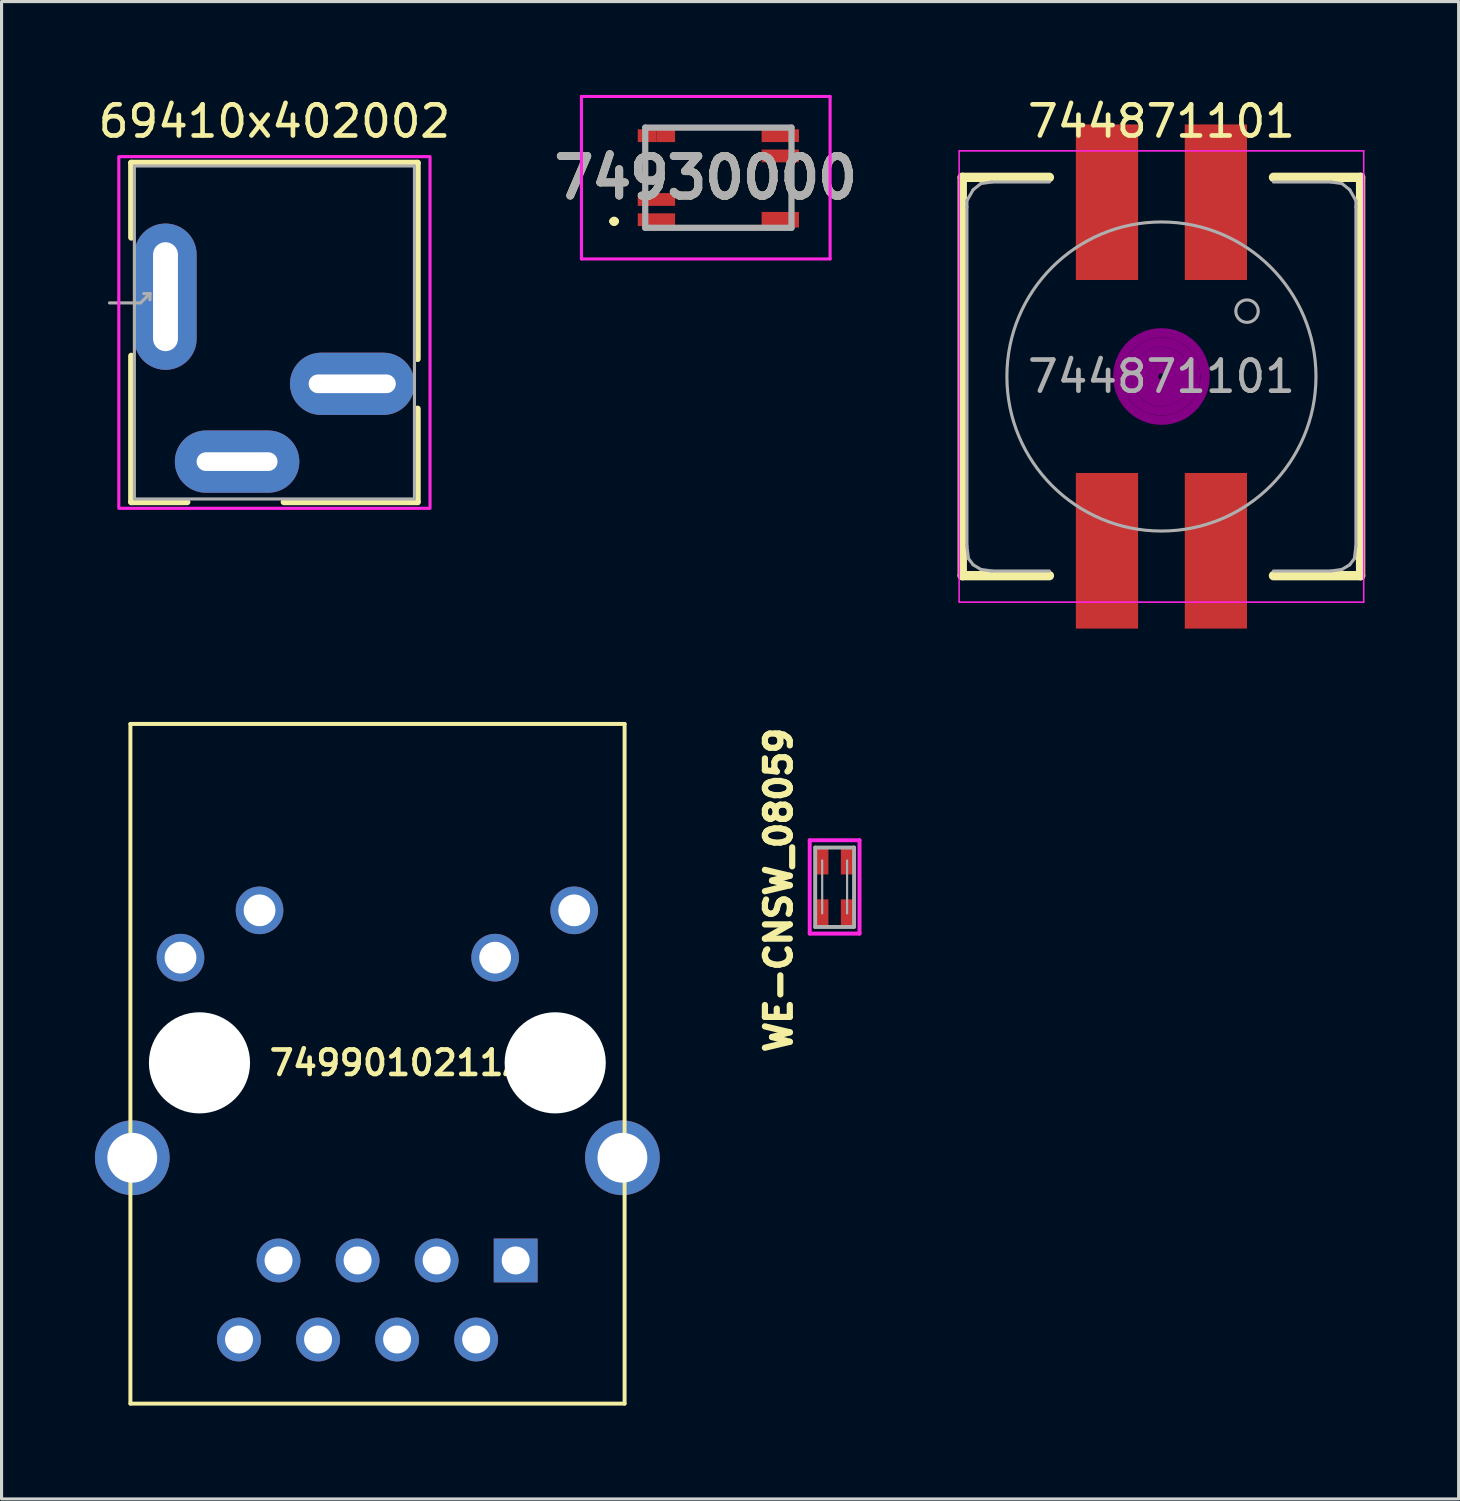
<source format=kicad_pcb>
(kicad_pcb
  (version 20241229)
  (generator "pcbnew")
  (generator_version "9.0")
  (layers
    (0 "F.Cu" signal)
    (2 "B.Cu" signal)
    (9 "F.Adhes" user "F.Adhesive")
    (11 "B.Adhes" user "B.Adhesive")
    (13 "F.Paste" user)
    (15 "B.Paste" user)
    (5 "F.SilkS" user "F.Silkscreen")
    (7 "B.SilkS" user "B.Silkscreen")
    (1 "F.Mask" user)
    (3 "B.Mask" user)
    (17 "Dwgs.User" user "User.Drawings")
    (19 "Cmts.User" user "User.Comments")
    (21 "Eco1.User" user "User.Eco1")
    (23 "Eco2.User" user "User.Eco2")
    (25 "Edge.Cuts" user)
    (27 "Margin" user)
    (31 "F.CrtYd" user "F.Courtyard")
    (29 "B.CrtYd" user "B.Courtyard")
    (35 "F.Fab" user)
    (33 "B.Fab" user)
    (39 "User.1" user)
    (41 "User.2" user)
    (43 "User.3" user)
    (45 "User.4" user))
  (footprint "744871101"
    (layer "F.Cu")
    (at 34.27 9.048)
    (property "Reference" "744871101" (at 0 -8.2 0) (layer "F.SilkS") (effects (font (size 1 1) (thickness 0.15))))
    (attr smd)
    (fp_line (start -6.4 -6.4) (end -3.6 -6.4) (stroke (width 0.3) (type solid)) (layer "F.SilkS"))
    (fp_line (start -6.4 6.4) (end -6.4 -6.4) (stroke (width 0.3) (type solid)) (layer "F.SilkS"))
    (fp_line (start -3.6 6.4) (end -6.4 6.4) (stroke (width 0.3) (type solid)) (layer "F.SilkS"))
    (fp_line (start 3.6 -6.4) (end 6.4 -6.4) (stroke (width 0.3) (type solid)) (layer "F.SilkS"))
    (fp_line (start 6.4 -6.4) (end 6.4 6.4) (stroke (width 0.3) (type solid)) (layer "F.SilkS"))
    (fp_line (start 6.4 6.4) (end 3.6 6.4) (stroke (width 0.3) (type solid)) (layer "F.SilkS"))
    (fp_circle (center 0 0) (end 0.1 0) (stroke (width 0.3) (type solid)) (fill no) (layer "F.Adhes"))
    (fp_circle (center 0 0) (end 0.3 0.1) (stroke (width 0.3) (type solid)) (fill no) (layer "F.Adhes"))
    (fp_circle (center 0 0) (end 0.6 0) (stroke (width 0.3) (type solid)) (fill no) (layer "F.Adhes"))
    (fp_circle (center 0 0) (end 0.8 -0.1) (stroke (width 0.3) (type solid)) (fill no) (layer "F.Adhes"))
    (fp_circle (center 0 0) (end 1.1 -0.1) (stroke (width 0.3) (type solid)) (fill no) (layer "F.Adhes"))
    (fp_circle (center 0 0) (end 1.4 -0.1) (stroke (width 0.3) (type solid)) (fill no) (layer "F.Adhes"))
    (fp_line (start -6.5 -7.25) (end 6.5 -7.25) (stroke (width 0.05) (type solid)) (layer "F.CrtYd"))
    (fp_line (start -6.5 7.25) (end -6.5 -7.25) (stroke (width 0.05) (type solid)) (layer "F.CrtYd"))
    (fp_line (start 6.5 -7.25) (end 6.5 7.25) (stroke (width 0.05) (type solid)) (layer "F.CrtYd"))
    (fp_line (start 6.5 7.25) (end -6.5 7.25) (stroke (width 0.05) (type solid)) (layer "F.CrtYd"))
    (fp_line (start -6.25 -5.65) (end -6.25 -5.45) (stroke (width 0.1) (type solid)) (layer "F.Fab"))
    (fp_line (start -6.25 -5.45) (end -6.25 5.45) (stroke (width 0.1) (type solid)) (layer "F.Fab"))
    (fp_line (start -6.2 5.85) (end -6.25 5.45) (stroke (width 0.1) (type solid)) (layer "F.Fab"))
    (fp_line (start -6.05 -6) (end -6.25 -5.65) (stroke (width 0.1) (type solid)) (layer "F.Fab"))
    (fp_line (start -6.05 6.05) (end -6.2 5.85) (stroke (width 0.1) (type solid)) (layer "F.Fab"))
    (fp_line (start -5.8 -6.2) (end -6.05 -6) (stroke (width 0.1) (type solid)) (layer "F.Fab"))
    (fp_line (start -5.8 6.2) (end -6.05 6.05) (stroke (width 0.1) (type solid)) (layer "F.Fab"))
    (fp_line (start -5.45 -6.25) (end -5.8 -6.2) (stroke (width 0.1) (type solid)) (layer "F.Fab"))
    (fp_line (start -5.45 6.25) (end -5.8 6.2) (stroke (width 0.1) (type solid)) (layer "F.Fab"))
    (fp_line (start -3.6 -6.25) (end -5.45 -6.25) (stroke (width 0.1) (type solid)) (layer "F.Fab"))
    (fp_line (start -3.6 6.25) (end -5.45 6.25) (stroke (width 0.1) (type solid)) (layer "F.Fab"))
    (fp_line (start 3.6 -6.25) (end 5.45 -6.25) (stroke (width 0.1) (type solid)) (layer "F.Fab"))
    (fp_line (start 3.6 6.25) (end 5.45 6.25) (stroke (width 0.1) (type solid)) (layer "F.Fab"))
    (fp_line (start 5.45 -6.25) (end 5.8 -6.2) (stroke (width 0.1) (type solid)) (layer "F.Fab"))
    (fp_line (start 5.45 6.25) (end 5.8 6.2) (stroke (width 0.1) (type solid)) (layer "F.Fab"))
    (fp_line (start 5.8 -6.2) (end 6.05 -6) (stroke (width 0.1) (type solid)) (layer "F.Fab"))
    (fp_line (start 5.8 6.2) (end 6.05 6.05) (stroke (width 0.1) (type solid)) (layer "F.Fab"))
    (fp_line (start 6.05 -6) (end 6.25 -5.65) (stroke (width 0.1) (type solid)) (layer "F.Fab"))
    (fp_line (start 6.05 6.05) (end 6.2 5.85) (stroke (width 0.1) (type solid)) (layer "F.Fab"))
    (fp_line (start 6.2 5.85) (end 6.25 5.45) (stroke (width 0.1) (type solid)) (layer "F.Fab"))
    (fp_line (start 6.25 -5.65) (end 6.25 -5.45) (stroke (width 0.1) (type solid)) (layer "F.Fab"))
    (fp_line (start 6.25 -5.45) (end 6.25 5.45) (stroke (width 0.1) (type solid)) (layer "F.Fab"))
    (fp_circle (center 0 0) (end 2.1 4.5) (stroke (width 0.1) (type solid)) (fill no) (layer "F.Fab"))
    (fp_circle (center 2.75 -2.1) (end 3.05 -1.9) (stroke (width 0.1) (type solid)) (fill no) (layer "F.Fab"))
    (fp_text user "${REFERENCE}" (at 0 0 0) (layer "F.Fab") (effects (font (size 1 1) (thickness 0.15))))
    (pad "1" smd rect (at -1.75 -5.6) (size 2 5) (layers "F.Cu" "F.Mask" "F.Paste"))
    (pad "2" smd rect (at 1.75 -5.6) (size 2 5) (layers "F.Cu" "F.Mask" "F.Paste"))
    (pad "3" smd rect (at 1.75 5.6) (size 2 5) (layers "F.Cu" "F.Mask" "F.Paste"))
    (pad "4" smd rect (at -1.75 5.6) (size 2 5) (layers "F.Cu" "F.Mask" "F.Paste")))
  (footprint "WE-CNSW_08059"
    (layer "F.Cu")
    (at 23.769 25.449)
    (property "Reference" "WE-CNSW_08059" (at -1.8 0.1 90) (layer "F.SilkS") (effects (font (size 0.8 0.8) (thickness 0.2) (bold yes))))
    (attr smd)
    (fp_line (start -0.8 -1.5) (end -0.8 1.5) (stroke (width 0.127) (type solid)) (layer "F.CrtYd"))
    (fp_line (start -0.8 1.5) (end 0.8 1.5) (stroke (width 0.127) (type solid)) (layer "F.CrtYd"))
    (fp_line (start 0.8 -1.5) (end -0.8 -1.5) (stroke (width 0.127) (type solid)) (layer "F.CrtYd"))
    (fp_line (start 0.8 1.5) (end 0.8 -1.5) (stroke (width 0.127) (type solid)) (layer "F.CrtYd"))
    (fp_line (start -0.625 -1.264) (end 0.625 -1.264) (stroke (width 0.127) (type solid)) (layer "F.Fab"))
    (fp_line (start -0.625 1.287) (end -0.625 -1.264) (stroke (width 0.127) (type solid)) (layer "F.Fab"))
    (fp_line (start -0.4 -0.85) (end -0.4 0.85) (stroke (width 0.07) (type solid)) (layer "F.Fab"))
    (fp_line (start 0.4 -0.85) (end 0.4 0.85) (stroke (width 0.07) (type solid)) (layer "F.Fab"))
    (fp_line (start 0.62 1.287) (end -0.625 1.287) (stroke (width 0.127) (type solid)) (layer "F.Fab"))
    (fp_line (start 0.625 -1.264) (end 0.625 1.283) (stroke (width 0.127) (type solid)) (layer "F.Fab"))
    (pad "1" smd rect (at -0.4 0.85) (size 0.4 0.9) (layers "F.Cu" "F.Mask" "F.Paste"))
    (pad "2" smd rect (at -0.4 -0.85) (size 0.4 0.9) (layers "F.Cu" "F.Mask" "F.Paste"))
    (pad "3" smd rect (at 0.4 -0.85) (size 0.4 0.9) (layers "F.Cu" "F.Mask" "F.Paste"))
    (pad "4" smd rect (at 0.4 0.85) (size 0.4 0.9) (layers "F.Cu" "F.Mask" "F.Paste"))
    (zone (net_name "") (layer "F.Cu") (hatch edge 0.5) (connect_pads) (min_thickness 0.25) (filled_areas_thickness no) (keepout (tracks allowed) (vias allowed) (pads allowed) (copperpour not_allowed) (footprints allowed)) (placement (enabled no)) (fill) (polygon (pts (xy 23.169 25.149) (xy 24.369 25.149) (xy 24.369 25.749) (xy 23.169 25.749))))
    (zone (net_name "") (layer "In1.Cu") (hatch edge 0.5) (connect_pads) (min_thickness 0.25) (filled_areas_thickness no) (keepout (tracks not_allowed) (vias not_allowed) (pads not_allowed) (copperpour not_allowed) (footprints not_allowed)) (placement (enabled no)) (fill) (polygon (pts (xy 23.069 24.049) (xy 24.469 24.049) (xy 24.469 26.849) (xy 23.069 26.849)))))
  (footprint "69410x402002"
    (layer "F.Cu")
    (at 5.768 6.483)
    (property "Reference" "69410x402002" (at 0 -5.635 0) (layer "F.SilkS") (effects (font (size 1 1) (thickness 0.15))))
    (attr through_hole)
    (fp_line (start -4.6 -4.3) (end 4.6 -4.3) (stroke (width 0.2) (type solid)) (layer "F.SilkS"))
    (fp_line (start -4.6 -1.9) (end -4.6 -4.3) (stroke (width 0.2) (type solid)) (layer "F.SilkS"))
    (fp_line (start -4.6 1.9) (end -4.6 6.6) (stroke (width 0.2) (type solid)) (layer "F.SilkS"))
    (fp_line (start -4.6 6.6) (end -2.8 6.6) (stroke (width 0.2) (type solid)) (layer "F.SilkS"))
    (fp_line (start 0.3 6.6) (end 4.6 6.6) (stroke (width 0.2) (type solid)) (layer "F.SilkS"))
    (fp_line (start 4.6 -4.3) (end 4.6 2) (stroke (width 0.2) (type solid)) (layer "F.SilkS"))
    (fp_line (start 4.6 6.6) (end 4.6 3.6) (stroke (width 0.2) (type solid)) (layer "F.SilkS"))
    (fp_poly (pts (xy -5 -4.5) (xy 5 -4.5) (xy 5 6.8) (xy -5 6.8)) (stroke (width 0.1) (type solid)) (fill no) (layer "F.CrtYd"))
    (fp_line (start -5.3 0.2) (end -4.3 0.2) (stroke (width 0.1) (type solid)) (layer "F.Fab"))
    (fp_line (start -4.5 -4.2) (end 4.5 -4.2) (stroke (width 0.1) (type solid)) (layer "F.Fab"))
    (fp_line (start -4.5 6.5) (end -4.5 -4.2) (stroke (width 0.1) (type solid)) (layer "F.Fab"))
    (fp_line (start -4.5 6.5) (end 4.5 6.5) (stroke (width 0.1) (type solid)) (layer "F.Fab"))
    (fp_line (start -4.3 0.2) (end -4 -0.1) (stroke (width 0.1) (type solid)) (layer "F.Fab"))
    (fp_line (start -4 -0.1) (end -4.2 -0.1) (stroke (width 0.1) (type solid)) (layer "F.Fab"))
    (fp_line (start -4 -0.1) (end -4 0.1) (stroke (width 0.1) (type solid)) (layer "F.Fab"))
    (fp_line (start 4.5 6.5) (end 4.5 -4.2) (stroke (width 0.1) (type solid)) (layer "F.Fab"))
    (pad "1" thru_hole oval (at -3.5 0) (size 2 4.7) (drill oval 0.8 3.5) (layers "*.Cu" "*.Mask"))
    (pad "2" thru_hole oval (at -1.2 5.3) (size 4 2) (drill oval 2.6 0.6) (layers "*.Cu" "*.Mask"))
    (pad "3" thru_hole oval (at 2.5 2.8) (size 4 2) (drill oval 2.8 0.6) (layers "*.Cu" "*.Mask")))
  (footprint "74930000"
    (layer "F.Cu")
    (at 20.033 2.66)
    (property "Reference" "74930000" (at -0.405 0 0) (layer "F.SilkS") (effects (font (size 1.27 1.27) (thickness 0.254))))
    (attr smd)
    (fp_line (start -3.4 1.4) (end -3.4 1.4) (stroke (width 0.2) (type solid)) (layer "F.SilkS"))
    (fp_line (start -3.4 1.4) (end -3.4 1.4) (stroke (width 0.2) (type solid)) (layer "F.SilkS"))
    (fp_line (start -3.3 1.4) (end -3.3 1.4) (stroke (width 0.2) (type solid)) (layer "F.SilkS"))
    (fp_line (start -2.35 -0.75) (end -2.35 -0.75) (stroke (width 0.1) (type solid)) (layer "F.SilkS"))
    (fp_line (start -2.35 -0.75) (end -2.35 0) (stroke (width 0.1) (type solid)) (layer "F.SilkS"))
    (fp_line (start -2.35 0) (end -2.35 -0.75) (stroke (width 0.1) (type solid)) (layer "F.SilkS"))
    (fp_line (start -2.35 0) (end -2.35 0) (stroke (width 0.1) (type solid)) (layer "F.SilkS"))
    (fp_line (start -1 -1.61) (end -1 -1.61) (stroke (width 0.1) (type solid)) (layer "F.SilkS"))
    (fp_line (start -1 -1.61) (end 1 -1.61) (stroke (width 0.1) (type solid)) (layer "F.SilkS"))
    (fp_line (start -1 1.61) (end -1 1.61) (stroke (width 0.1) (type solid)) (layer "F.SilkS"))
    (fp_line (start -1 1.61) (end 1 1.61) (stroke (width 0.1) (type solid)) (layer "F.SilkS"))
    (fp_line (start 1 -1.61) (end -1 -1.61) (stroke (width 0.1) (type solid)) (layer "F.SilkS"))
    (fp_line (start 1 -1.61) (end 1 -1.61) (stroke (width 0.1) (type solid)) (layer "F.SilkS"))
    (fp_line (start 1 1.61) (end -1 1.61) (stroke (width 0.1) (type solid)) (layer "F.SilkS"))
    (fp_line (start 1 1.61) (end 1 1.61) (stroke (width 0.1) (type solid)) (layer "F.SilkS"))
    (fp_line (start 2.35 0) (end 2.35 0) (stroke (width 0.1) (type solid)) (layer "F.SilkS"))
    (fp_line (start 2.35 0) (end 2.35 0.75) (stroke (width 0.1) (type solid)) (layer "F.SilkS"))
    (fp_line (start 2.35 0.75) (end 2.35 0) (stroke (width 0.1) (type solid)) (layer "F.SilkS"))
    (fp_line (start 2.35 0.75) (end 2.35 0.75) (stroke (width 0.1) (type solid)) (layer "F.SilkS"))
    (fp_arc (start -3.4 1.4) (mid -3.35 1.35) (end -3.3 1.4) (stroke (width 0.2) (type solid)) (layer "F.SilkS"))
    (fp_arc (start -3.3 1.4) (mid -3.35 1.45) (end -3.4 1.4) (stroke (width 0.2) (type solid)) (layer "F.SilkS"))
    (fp_arc (start -3.3 1.4) (mid -3.35 1.45) (end -3.4 1.4) (stroke (width 0.2) (type solid)) (layer "F.SilkS"))
    (fp_line (start -4.4 -2.61) (end 3.59 -2.61) (stroke (width 0.1) (type solid)) (layer "F.CrtYd"))
    (fp_line (start -4.4 2.61) (end -4.4 -2.61) (stroke (width 0.1) (type solid)) (layer "F.CrtYd"))
    (fp_line (start 3.59 -2.61) (end 3.59 2.61) (stroke (width 0.1) (type solid)) (layer "F.CrtYd"))
    (fp_line (start 3.59 2.61) (end -4.4 2.61) (stroke (width 0.1) (type solid)) (layer "F.CrtYd"))
    (fp_line (start -2.35 -1.61) (end -2.35 1.61) (stroke (width 0.2) (type solid)) (layer "F.Fab"))
    (fp_line (start -2.35 1.61) (end 2.35 1.61) (stroke (width 0.2) (type solid)) (layer "F.Fab"))
    (fp_line (start 2.35 -1.61) (end -2.35 -1.61) (stroke (width 0.2) (type solid)) (layer "F.Fab"))
    (fp_line (start 2.35 1.61) (end 2.35 -1.61) (stroke (width 0.2) (type solid)) (layer "F.Fab"))
    (fp_text user "${REFERENCE}" (at -0.405 0 0) (layer "F.Fab") (effects (font (size 1.27 1.27) (thickness 0.254))))
    (pad "1" smd rect (at -1.99 1.35 90) (size 0.41 1.2) (layers "F.Cu" "F.Mask" "F.Paste"))
    (pad "2" smd rect (at -1.99 0.7 90) (size 0.41 1.2) (layers "F.Cu" "F.Mask" "F.Paste"))
    (pad "3" smd rect (at -2.29 -1.35 90) (size 0.41 0.6) (layers "F.Cu" "F.Mask" "F.Paste"))
    (pad "4" smd rect (at -1.69 -1.35 90) (size 0.41 0.6) (layers "F.Cu" "F.Mask" "F.Paste"))
    (pad "5" smd rect (at 1.99 1.35 90) (size 0.5 1.2) (layers "F.Cu" "F.Mask" "F.Paste"))
    (pad "6" smd rect (at 1.99 -0.7 90) (size 0.41 1.2) (layers "F.Cu" "F.Mask" "F.Paste"))
    (pad "7" smd rect (at 1.99 -1.35 90) (size 0.41 1.2) (layers "F.Cu" "F.Mask" "F.Paste")))
  (footprint "7499010211A"
    (layer "F.Cu")
    (at 9.71 31.102)
    (property "Reference" "7499010211A" (at 0 0 0) (layer "F.SilkS") (effects (font (size 0.787 0.787) (thickness 0.15))))
    (attr through_hole)
    (fp_line (start -8.57 -10.89) (end -8.57 10.95) (stroke (width 0.127) (type solid)) (layer "F.SilkS"))
    (fp_line (start -8.57 -10.89) (end 7.31 -10.89) (stroke (width 0.127) (type solid)) (layer "F.SilkS"))
    (fp_line (start -8.57 10.95) (end 7.31 10.95) (stroke (width 0.127) (type solid)) (layer "F.SilkS"))
    (fp_line (start 7.31 -10.89) (end 7.31 10.95) (stroke (width 0.127) (type solid)) (layer "F.SilkS"))
    (pad "" np_thru_hole circle (at -6.35 0) (size 3.25 3.25) (drill 3.25) (layers "*.Cu" "*.Mask"))
    (pad "" np_thru_hole circle (at 5.08 0) (size 3.25 3.25) (drill 3.25) (layers "*.Cu" "*.Mask"))
    (pad "1" thru_hole rect (at 3.81 6.35) (size 1.408 1.408) (drill 0.9) (layers "*.Cu" "*.Mask"))
    (pad "2" thru_hole circle (at 2.54 8.89) (size 1.408 1.408) (drill 0.9) (layers "*.Cu" "*.Mask"))
    (pad "3" thru_hole circle (at 1.27 6.35) (size 1.408 1.408) (drill 0.9) (layers "*.Cu" "*.Mask"))
    (pad "4" thru_hole circle (at 0 8.89) (size 1.408 1.408) (drill 0.9) (layers "*.Cu" "*.Mask"))
    (pad "5" thru_hole circle (at -1.27 6.35) (size 1.408 1.408) (drill 0.9) (layers "*.Cu" "*.Mask"))
    (pad "6" thru_hole circle (at -2.54 8.89) (size 1.408 1.408) (drill 0.9) (layers "*.Cu" "*.Mask"))
    (pad "7" thru_hole circle (at -3.81 6.35) (size 1.408 1.408) (drill 0.9) (layers "*.Cu" "*.Mask"))
    (pad "8" thru_hole circle (at -5.08 8.89) (size 1.408 1.408) (drill 0.9) (layers "*.Cu" "*.Mask"))
    (pad "9" thru_hole circle (at 5.69 -4.9) (size 1.53 1.53) (drill 1.02) (layers "*.Cu" "*.Mask"))
    (pad "10" thru_hole circle (at 3.15 -3.38) (size 1.53 1.53) (drill 1.02) (layers "*.Cu" "*.Mask"))
    (pad "11" thru_hole circle (at -4.42 -4.9) (size 1.53 1.53) (drill 1.02) (layers "*.Cu" "*.Mask"))
    (pad "12" thru_hole circle (at -6.96 -3.38) (size 1.53 1.53) (drill 1.02) (layers "*.Cu" "*.Mask"))
    (pad "CASE@1" thru_hole circle (at 7.24 3.05) (size 2.4 2.4) (drill 1.6) (layers "*.Cu" "*.Mask"))
    (pad "CASE@2" thru_hole circle (at -8.51 3.05) (size 2.4 2.4) (drill 1.6) (layers "*.Cu" "*.Mask")))
  (gr_rect
    (start -3 -3)
    (end 43.82 45.115)
    (stroke (width 0.1) (type default))
    (fill no)
    (layer "Edge.Cuts")))
</source>
